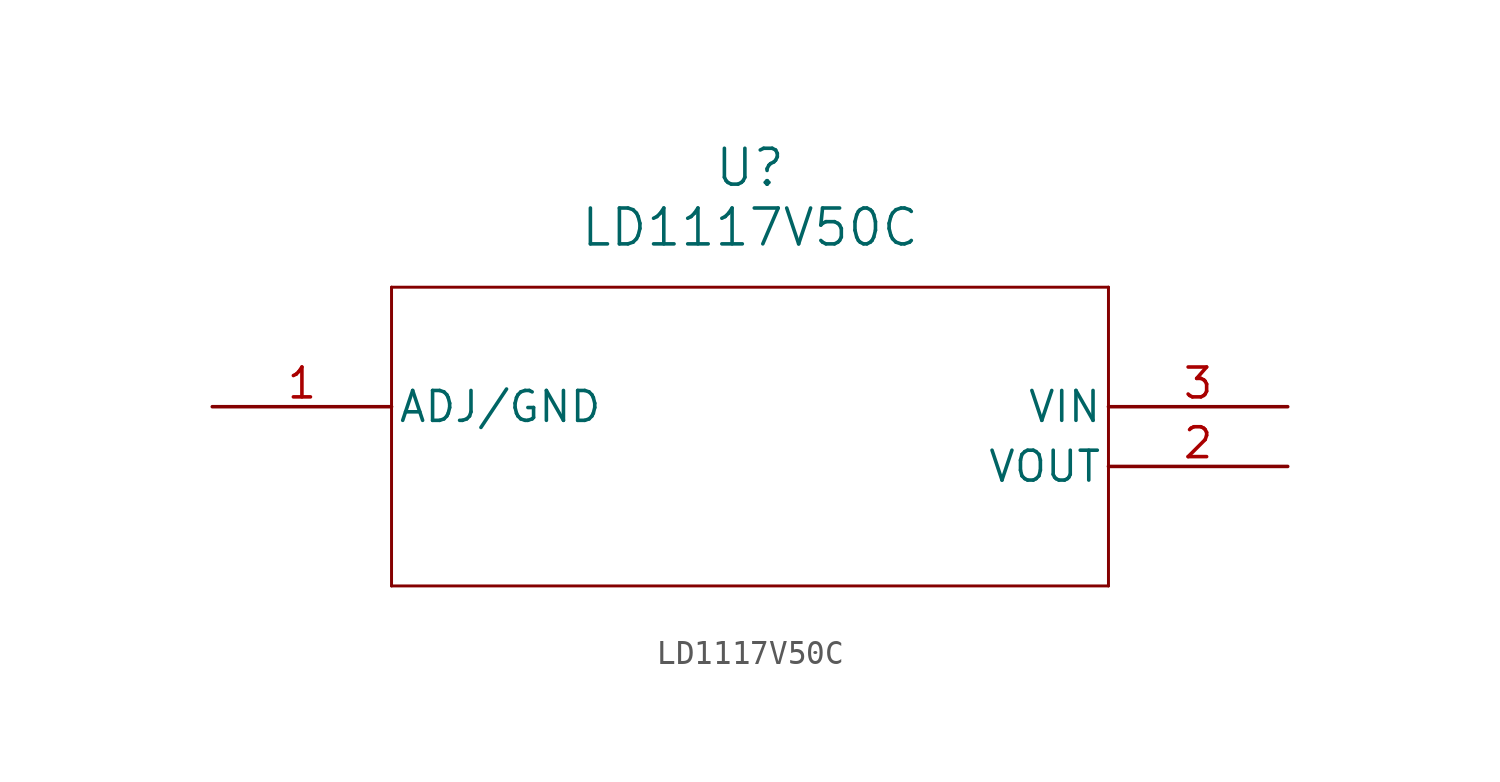
<source format=kicad_sym>
(kicad_symbol_lib
  (version 20231120)
  (generator "kicad_symbol_editor")
  (generator_version "8.0")
  (symbol "LD1117V50C"
    (pin_names
      (offset 0.254))
    (property "Reference" "U"
      (at 22.86 10.16 0)
      (effects (font (size 1.524 1.524))))
    (property "Value" "LD1117V50C"
      (at 22.86 7.62 0)
      (effects (font (size 1.524 1.524))))
    (property "ki_locked" ""
      (at 0 0 0)
      (effects (font (size 1.27 1.27))))
    (symbol "LD1117V50C_0_1"
      (polyline (pts (xy 7.62 -7.62) (xy 38.1 -7.62)) (stroke (width 0.127) (type default)) (fill (type none)))
      (polyline (pts (xy 7.62 5.08) (xy 7.62 -7.62)) (stroke (width 0.127) (type default)) (fill (type none)))
      (polyline (pts (xy 38.1 -7.62) (xy 38.1 5.08)) (stroke (width 0.127) (type default)) (fill (type none)))
      (polyline (pts (xy 38.1 5.08) (xy 7.62 5.08)) (stroke (width 0.127) (type default)) (fill (type none)))
      (pin unspecified line (at 0 0 0) (length 7.62) (name "ADJ/GND" (effects (font (size 1.27 1.27)))) (number "1" (effects (font (size 1.27 1.27)))))
      (pin output line (at 45.72 -2.54 180) (length 7.62) (name "VOUT" (effects (font (size 1.27 1.27)))) (number "2" (effects (font (size 1.27 1.27)))))
      (pin input line (at 45.72 0 180) (length 7.62) (name "VIN" (effects (font (size 1.27 1.27)))) (number "3" (effects (font (size 1.27 1.27))))))))
</source>
